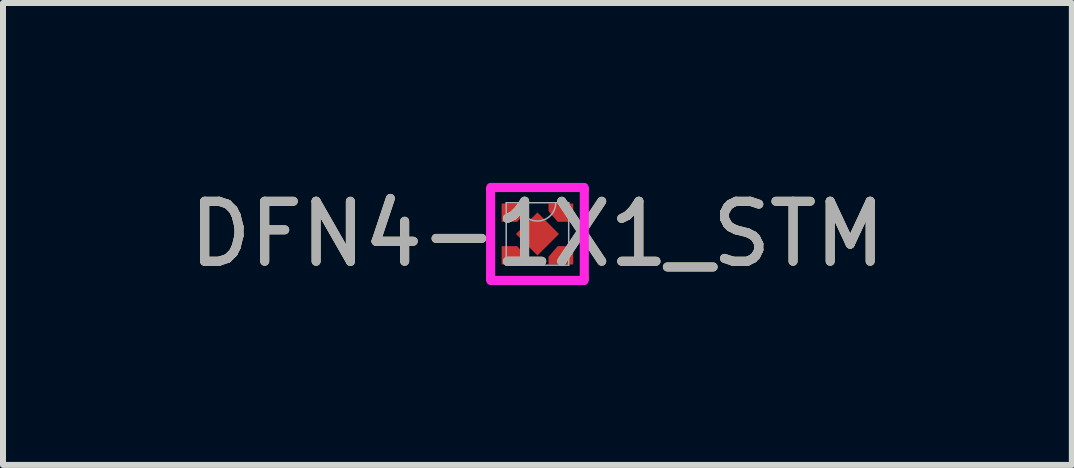
<source format=kicad_pcb>
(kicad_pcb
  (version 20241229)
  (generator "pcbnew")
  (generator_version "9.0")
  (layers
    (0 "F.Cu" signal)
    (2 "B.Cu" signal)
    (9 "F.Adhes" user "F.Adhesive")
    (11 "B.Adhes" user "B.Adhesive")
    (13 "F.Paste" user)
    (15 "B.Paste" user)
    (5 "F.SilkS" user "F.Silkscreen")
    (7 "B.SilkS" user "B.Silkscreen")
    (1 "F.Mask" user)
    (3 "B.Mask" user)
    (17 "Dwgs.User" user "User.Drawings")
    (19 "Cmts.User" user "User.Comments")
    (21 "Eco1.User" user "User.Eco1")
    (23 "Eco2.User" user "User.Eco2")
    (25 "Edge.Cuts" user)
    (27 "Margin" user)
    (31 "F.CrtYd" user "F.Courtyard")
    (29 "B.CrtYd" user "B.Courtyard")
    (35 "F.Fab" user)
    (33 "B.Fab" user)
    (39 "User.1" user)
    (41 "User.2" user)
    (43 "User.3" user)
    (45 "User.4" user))
  (footprint "DFN4-1X1_STM"
    (layer "F.Cu")
    (at 5.911 0.851)
    (property "Reference" "DFN4-1X1_STM" (at 0 0 0) (unlocked yes) (layer "F.SilkS") (effects (font (size 1 1) (thickness 0.15))))
    (attr smd)
    (fp_poly (pts (xy -0.597 -0.203) (xy -0.337 -0.203) (xy -0.184 -0.381) (xy -0.184 -0.508) (xy -0.597 -0.508)) (stroke (width 0) (type solid)) (fill yes) (layer "F.Cu"))
    (fp_poly (pts (xy -0.597 0.203) (xy -0.337 0.203) (xy -0.184 0.381) (xy -0.184 0.508) (xy -0.597 0.508)) (stroke (width 0) (type solid)) (fill yes) (layer "F.Cu"))
    (fp_poly (pts (xy 0.597 -0.203) (xy 0.337 -0.203) (xy 0.184 -0.381) (xy 0.184 -0.508) (xy 0.597 -0.508)) (stroke (width 0) (type solid)) (fill yes) (layer "F.Cu"))
    (fp_poly (pts (xy 0.597 0.203) (xy 0.337 0.203) (xy 0.184 0.381) (xy 0.184 0.508) (xy 0.597 0.508)) (stroke (width 0) (type solid)) (fill yes) (layer "F.Cu"))
    (fp_poly (pts (xy -0.597 -0.203) (xy -0.337 -0.203) (xy -0.184 -0.381) (xy -0.184 -0.508) (xy -0.597 -0.508)) (stroke (width 0) (type solid)) (fill yes) (layer "F.Mask"))
    (fp_poly (pts (xy -0.597 0.203) (xy -0.337 0.203) (xy -0.184 0.381) (xy -0.184 0.508) (xy -0.597 0.508)) (stroke (width 0) (type solid)) (fill yes) (layer "F.Mask"))
    (fp_poly (pts (xy 0.597 -0.203) (xy 0.337 -0.203) (xy 0.184 -0.381) (xy 0.184 -0.508) (xy 0.597 -0.508)) (stroke (width 0) (type solid)) (fill yes) (layer "F.Mask"))
    (fp_poly (pts (xy 0.597 0.203) (xy 0.337 0.203) (xy 0.184 0.381) (xy 0.184 0.508) (xy 0.597 0.508)) (stroke (width 0) (type solid)) (fill yes) (layer "F.Mask"))
    (fp_poly (pts (xy -0.597 -0.203) (xy -0.337 -0.203) (xy -0.184 -0.381) (xy -0.184 -0.508) (xy -0.597 -0.508)) (stroke (width 0) (type solid)) (fill yes) (layer "F.Paste"))
    (fp_poly (pts (xy -0.597 0.203) (xy -0.337 0.203) (xy -0.184 0.381) (xy -0.184 0.508) (xy -0.597 0.508)) (stroke (width 0) (type solid)) (fill yes) (layer "F.Paste"))
    (fp_poly (pts (xy 0.597 -0.203) (xy 0.337 -0.203) (xy 0.184 -0.381) (xy 0.184 -0.508) (xy 0.597 -0.508)) (stroke (width 0) (type solid)) (fill yes) (layer "F.Paste"))
    (fp_poly (pts (xy 0.597 0.203) (xy 0.337 0.203) (xy 0.184 0.381) (xy 0.184 0.508) (xy 0.597 0.508)) (stroke (width 0) (type solid)) (fill yes) (layer "F.Paste"))
    (fp_line (start -0.781 -0.743) (end -0.775 -0.743) (stroke (width 0.152) (type solid)) (layer "F.CrtYd"))
    (fp_line (start -0.781 0.743) (end -0.781 -0.743) (stroke (width 0.152) (type solid)) (layer "F.CrtYd"))
    (fp_line (start -0.781 0.743) (end -0.775 0.743) (stroke (width 0.152) (type solid)) (layer "F.CrtYd"))
    (fp_line (start -0.775 -0.775) (end 0.775 -0.775) (stroke (width 0.152) (type solid)) (layer "F.CrtYd"))
    (fp_line (start -0.775 -0.743) (end -0.775 -0.775) (stroke (width 0.152) (type solid)) (layer "F.CrtYd"))
    (fp_line (start -0.775 0.775) (end -0.775 0.743) (stroke (width 0.152) (type solid)) (layer "F.CrtYd"))
    (fp_line (start 0.775 -0.775) (end 0.775 -0.743) (stroke (width 0.152) (type solid)) (layer "F.CrtYd"))
    (fp_line (start 0.775 0.743) (end 0.775 0.775) (stroke (width 0.152) (type solid)) (layer "F.CrtYd"))
    (fp_line (start 0.775 0.775) (end -0.775 0.775) (stroke (width 0.152) (type solid)) (layer "F.CrtYd"))
    (fp_line (start 0.781 -0.743) (end 0.775 -0.743) (stroke (width 0.152) (type solid)) (layer "F.CrtYd"))
    (fp_line (start 0.781 -0.743) (end 0.781 0.743) (stroke (width 0.152) (type solid)) (layer "F.CrtYd"))
    (fp_line (start 0.781 0.743) (end 0.775 0.743) (stroke (width 0.152) (type solid)) (layer "F.CrtYd"))
    (fp_line (start -0.521 -0.521) (end -0.521 0.521) (stroke (width 0.025) (type solid)) (layer "F.Fab"))
    (fp_line (start -0.521 0.521) (end 0.521 0.521) (stroke (width 0.025) (type solid)) (layer "F.Fab"))
    (fp_line (start 0.521 -0.521) (end -0.521 -0.521) (stroke (width 0.025) (type solid)) (layer "F.Fab"))
    (fp_line (start 0.521 0.521) (end 0.521 -0.521) (stroke (width 0.025) (type solid)) (layer "F.Fab"))
    (fp_arc (start 0.3048 -0.5207) (mid 0 -0.2159) (end -0.3048 -0.5207) (stroke (width 0.0254) (type solid)) (layer "F.Fab"))
    (fp_circle (center -0.222 -0.324) (end -0.222 -0.324) (stroke (width 0.025) (type solid)) (fill no) (layer "F.Fab"))
    (fp_text user "${REFERENCE}" (at 0 0 0) (unlocked yes) (layer "F.Fab") (effects (font (size 1 1) (thickness 0.15))))
    (pad "1" smd rect (at -0.375 -0.324) (size 0.127 0.127) (layers "F.Cu" "F.Mask" "F.Paste"))
    (pad "2" smd rect (at -0.375 0.324) (size 0.127 0.127) (layers "F.Cu" "F.Mask" "F.Paste"))
    (pad "3" smd rect (at 0.375 0.324) (size 0.127 0.127) (layers "F.Cu" "F.Mask" "F.Paste"))
    (pad "4" smd rect (at 0.375 -0.324) (size 0.127 0.127) (layers "F.Cu" "F.Mask" "F.Paste"))
    (pad "5" smd rect (at 0 0 45) (size 0.508 0.508) (layers "F.Cu" "F.Mask" "F.Paste")))
  (gr_rect
    (start -3 -3)
    (end 14.821 4.702)
    (stroke (width 0.1) (type default))
    (fill no)
    (layer "Edge.Cuts")))
</source>
